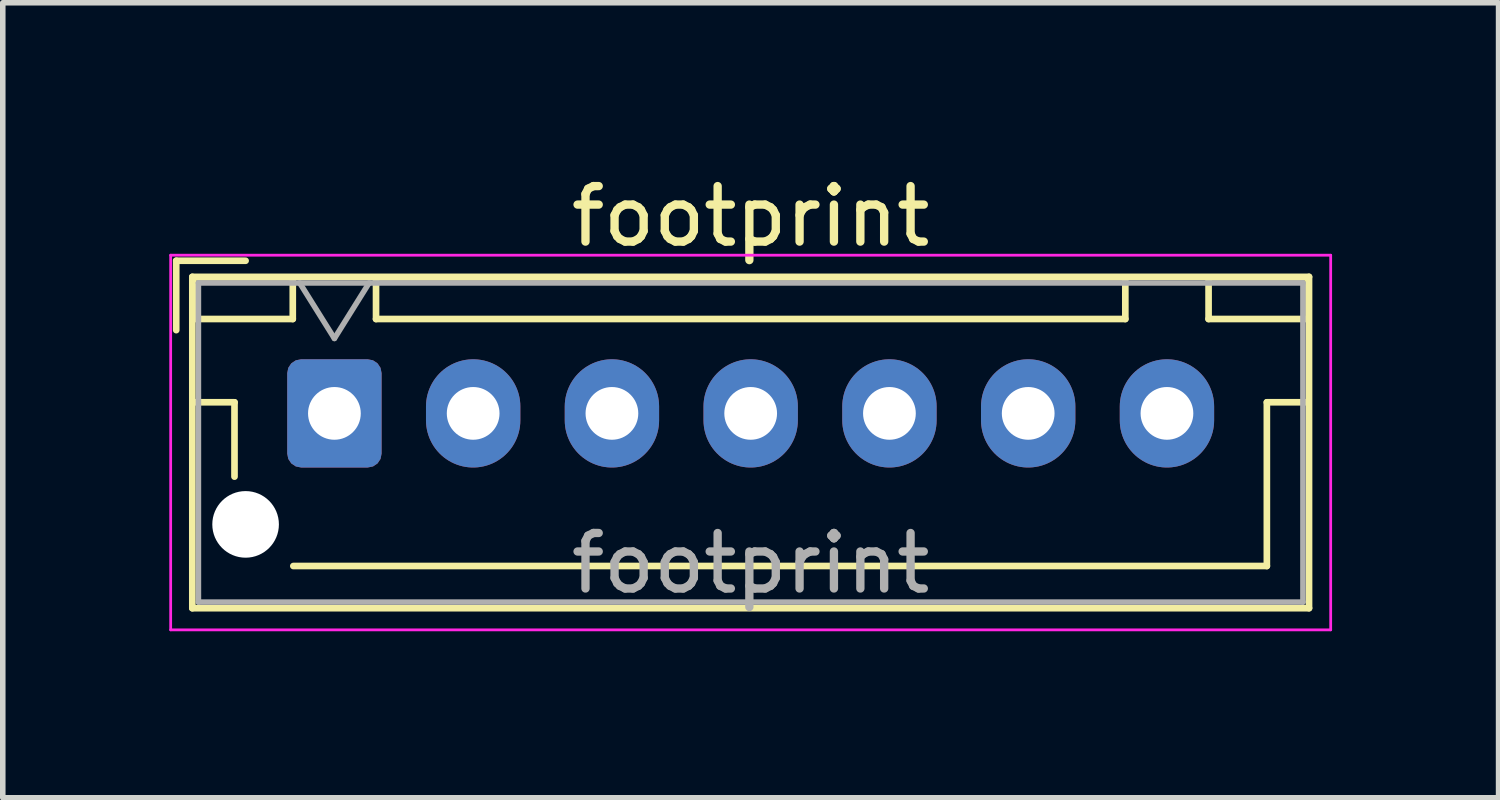
<source format=kicad_pcb>
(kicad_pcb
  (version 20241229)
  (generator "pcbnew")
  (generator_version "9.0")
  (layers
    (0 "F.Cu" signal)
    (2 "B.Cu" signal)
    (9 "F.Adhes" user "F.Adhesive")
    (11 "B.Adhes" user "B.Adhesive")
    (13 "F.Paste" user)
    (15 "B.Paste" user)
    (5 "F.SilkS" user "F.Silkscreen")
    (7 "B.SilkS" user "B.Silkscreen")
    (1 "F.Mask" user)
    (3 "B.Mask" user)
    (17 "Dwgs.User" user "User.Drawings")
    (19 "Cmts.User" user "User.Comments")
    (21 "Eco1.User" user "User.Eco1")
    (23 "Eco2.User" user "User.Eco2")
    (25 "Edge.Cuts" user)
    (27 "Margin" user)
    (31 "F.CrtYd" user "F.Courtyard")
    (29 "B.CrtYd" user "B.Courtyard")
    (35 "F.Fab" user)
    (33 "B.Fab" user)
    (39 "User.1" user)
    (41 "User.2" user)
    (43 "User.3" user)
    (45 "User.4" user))
  (footprint "footprint"
    (layer "F.Cu")
    (at 2.975 4.398)
    (property "Reference" "footprint" (at 7.5 -3.55 0) (layer "F.SilkS") (effects (font (size 1 1) (thickness 0.15))))
    (attr through_hole)
    (fp_line (start -2.85 -2.75) (end -2.85 -1.5) (stroke (width 0.12) (type solid)) (layer "F.SilkS"))
    (fp_line (start -2.56 -2.46) (end -2.56 3.51) (stroke (width 0.12) (type solid)) (layer "F.SilkS"))
    (fp_line (start -2.56 3.51) (end 17.56 3.51) (stroke (width 0.12) (type solid)) (layer "F.SilkS"))
    (fp_line (start -2.55 -2.45) (end -2.55 -1.7) (stroke (width 0.12) (type solid)) (layer "F.SilkS"))
    (fp_line (start -2.55 -1.7) (end -0.75 -1.7) (stroke (width 0.12) (type solid)) (layer "F.SilkS"))
    (fp_line (start -2.55 -0.2) (end -1.8 -0.2) (stroke (width 0.12) (type solid)) (layer "F.SilkS"))
    (fp_line (start -1.8 -0.2) (end -1.8 1.14) (stroke (width 0.12) (type solid)) (layer "F.SilkS"))
    (fp_line (start -1.6 -2.75) (end -2.85 -2.75) (stroke (width 0.12) (type solid)) (layer "F.SilkS"))
    (fp_line (start -0.75 -2.45) (end -2.55 -2.45) (stroke (width 0.12) (type solid)) (layer "F.SilkS"))
    (fp_line (start -0.75 -1.7) (end -0.75 -2.45) (stroke (width 0.12) (type solid)) (layer "F.SilkS"))
    (fp_line (start 0.75 -2.45) (end 0.75 -1.7) (stroke (width 0.12) (type solid)) (layer "F.SilkS"))
    (fp_line (start 0.75 -1.7) (end 14.25 -1.7) (stroke (width 0.12) (type solid)) (layer "F.SilkS"))
    (fp_line (start 7.5 2.75) (end -0.74 2.75) (stroke (width 0.12) (type solid)) (layer "F.SilkS"))
    (fp_line (start 14.25 -2.45) (end 0.75 -2.45) (stroke (width 0.12) (type solid)) (layer "F.SilkS"))
    (fp_line (start 14.25 -1.7) (end 14.25 -2.45) (stroke (width 0.12) (type solid)) (layer "F.SilkS"))
    (fp_line (start 15.75 -2.45) (end 15.75 -1.7) (stroke (width 0.12) (type solid)) (layer "F.SilkS"))
    (fp_line (start 15.75 -1.7) (end 17.55 -1.7) (stroke (width 0.12) (type solid)) (layer "F.SilkS"))
    (fp_line (start 16.8 -0.2) (end 16.8 2.75) (stroke (width 0.12) (type solid)) (layer "F.SilkS"))
    (fp_line (start 16.8 2.75) (end 7.5 2.75) (stroke (width 0.12) (type solid)) (layer "F.SilkS"))
    (fp_line (start 17.55 -2.45) (end 15.75 -2.45) (stroke (width 0.12) (type solid)) (layer "F.SilkS"))
    (fp_line (start 17.55 -1.7) (end 17.55 -2.45) (stroke (width 0.12) (type solid)) (layer "F.SilkS"))
    (fp_line (start 17.55 -0.2) (end 16.8 -0.2) (stroke (width 0.12) (type solid)) (layer "F.SilkS"))
    (fp_line (start 17.56 -2.46) (end -2.56 -2.46) (stroke (width 0.12) (type solid)) (layer "F.SilkS"))
    (fp_line (start 17.56 3.51) (end 17.56 -2.46) (stroke (width 0.12) (type solid)) (layer "F.SilkS"))
    (fp_line (start -2.95 -2.85) (end -2.95 3.9) (stroke (width 0.05) (type solid)) (layer "F.CrtYd"))
    (fp_line (start -2.95 3.9) (end 17.95 3.9) (stroke (width 0.05) (type solid)) (layer "F.CrtYd"))
    (fp_line (start 17.95 -2.85) (end -2.95 -2.85) (stroke (width 0.05) (type solid)) (layer "F.CrtYd"))
    (fp_line (start 17.95 3.9) (end 17.95 -2.85) (stroke (width 0.05) (type solid)) (layer "F.CrtYd"))
    (fp_line (start -2.45 -2.35) (end -2.45 3.4) (stroke (width 0.1) (type solid)) (layer "F.Fab"))
    (fp_line (start -2.45 3.4) (end 17.45 3.4) (stroke (width 0.1) (type solid)) (layer "F.Fab"))
    (fp_line (start -0.625 -2.35) (end 0 -1.35) (stroke (width 0.1) (type solid)) (layer "F.Fab"))
    (fp_line (start 0 -1.35) (end 0.625 -2.35) (stroke (width 0.1) (type solid)) (layer "F.Fab"))
    (fp_line (start 17.45 -2.35) (end -2.45 -2.35) (stroke (width 0.1) (type solid)) (layer "F.Fab"))
    (fp_line (start 17.45 3.4) (end 17.45 -2.35) (stroke (width 0.1) (type solid)) (layer "F.Fab"))
    (fp_text user "${REFERENCE}" (at 7.5 2.7 0) (layer "F.Fab") (effects (font (size 1 1) (thickness 0.15))))
    (pad "" np_thru_hole circle (at -1.6 2) (size 1.2 1.2) (drill 1.2) (layers "*.Cu" "*.Mask"))
    (pad "1" thru_hole roundrect (at 0 0) (size 1.7 1.95) (drill 0.95) (layers "*.Cu" "*.Mask") (roundrect_rratio 0.147))
    (pad "2" thru_hole oval (at 2.5 0) (size 1.7 1.95) (drill 0.95) (layers "*.Cu" "*.Mask"))
    (pad "3" thru_hole oval (at 5 0) (size 1.7 1.95) (drill 0.95) (layers "*.Cu" "*.Mask"))
    (pad "4" thru_hole oval (at 7.5 0) (size 1.7 1.95) (drill 0.95) (layers "*.Cu" "*.Mask"))
    (pad "5" thru_hole oval (at 10 0) (size 1.7 1.95) (drill 0.95) (layers "*.Cu" "*.Mask"))
    (pad "6" thru_hole oval (at 12.5 0) (size 1.7 1.95) (drill 0.95) (layers "*.Cu" "*.Mask"))
    (pad "7" thru_hole oval (at 15 0) (size 1.7 1.95) (drill 0.95) (layers "*.Cu" "*.Mask")))
  (gr_rect
    (start -3 -3)
    (end 23.95 11.323)
    (stroke (width 0.1) (type default))
    (fill no)
    (layer "Edge.Cuts")))
</source>
